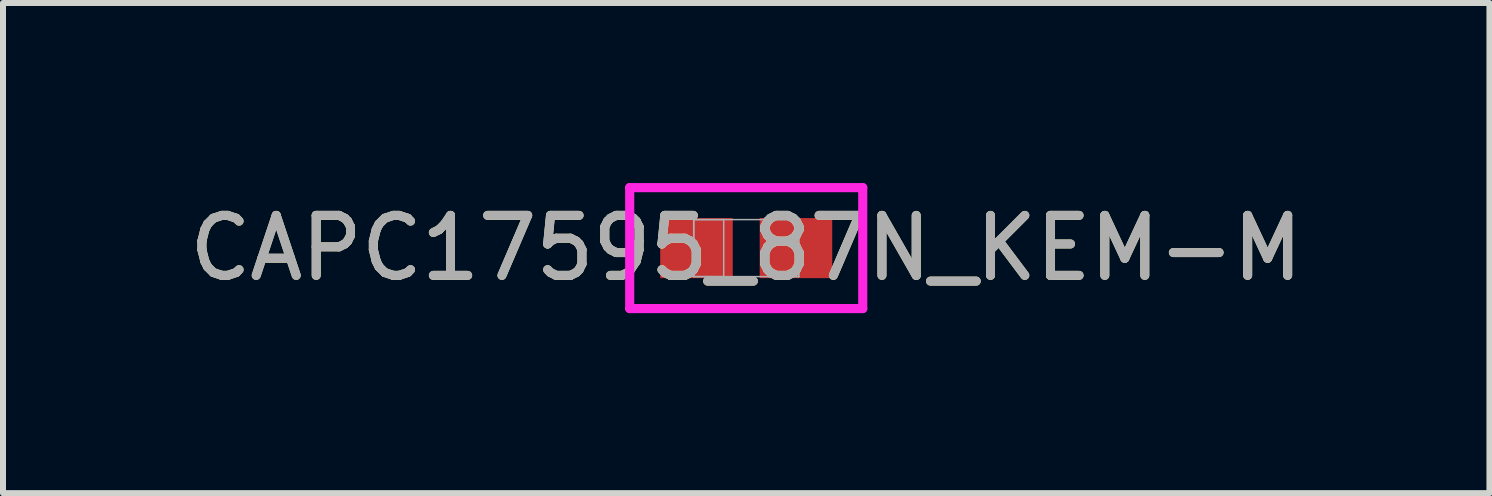
<source format=kicad_pcb>
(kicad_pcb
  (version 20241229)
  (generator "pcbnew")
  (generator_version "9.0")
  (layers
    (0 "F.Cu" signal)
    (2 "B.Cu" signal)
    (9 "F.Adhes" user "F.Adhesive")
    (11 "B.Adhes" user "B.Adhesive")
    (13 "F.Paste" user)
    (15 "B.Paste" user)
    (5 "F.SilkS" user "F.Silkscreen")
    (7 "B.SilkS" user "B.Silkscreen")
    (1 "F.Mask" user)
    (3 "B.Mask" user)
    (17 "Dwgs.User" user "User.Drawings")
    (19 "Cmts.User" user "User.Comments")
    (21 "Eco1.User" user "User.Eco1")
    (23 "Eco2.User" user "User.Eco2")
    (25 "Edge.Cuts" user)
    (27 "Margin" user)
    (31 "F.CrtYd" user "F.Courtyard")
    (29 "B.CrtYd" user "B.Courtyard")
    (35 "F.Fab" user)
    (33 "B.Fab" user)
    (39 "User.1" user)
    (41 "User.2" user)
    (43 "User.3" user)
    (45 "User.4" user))
  (footprint "CAPC17595_87N_KEM-M"
    (layer "F.Cu")
    (at 9.387 1.085)
    (property "Reference" "CAPC17595_87N_KEM-M" (at 0 0 0) (unlocked yes) (layer "F.SilkS") (effects (font (size 1 1) (thickness 0.15))))
    (attr smd)
    (fp_line (start -1.942 -1.008) (end 1.942 -1.008) (stroke (width 0.152) (type solid)) (layer "F.CrtYd"))
    (fp_line (start -1.942 1.008) (end -1.942 -1.008) (stroke (width 0.152) (type solid)) (layer "F.CrtYd"))
    (fp_line (start 1.942 -1.008) (end 1.942 1.008) (stroke (width 0.152) (type solid)) (layer "F.CrtYd"))
    (fp_line (start 1.942 1.008) (end -1.942 1.008) (stroke (width 0.152) (type solid)) (layer "F.CrtYd"))
    (fp_line (start -0.875 -0.475) (end -0.875 0.475) (stroke (width 0.025) (type solid)) (layer "F.Fab"))
    (fp_line (start -0.875 -0.475) (end -0.875 0.475) (stroke (width 0.025) (type solid)) (layer "F.Fab"))
    (fp_line (start -0.875 0.475) (end -0.375 0.475) (stroke (width 0.025) (type solid)) (layer "F.Fab"))
    (fp_line (start -0.875 0.475) (end 0.875 0.475) (stroke (width 0.025) (type solid)) (layer "F.Fab"))
    (fp_line (start -0.375 -0.475) (end -0.875 -0.475) (stroke (width 0.025) (type solid)) (layer "F.Fab"))
    (fp_line (start -0.375 0.475) (end -0.375 -0.475) (stroke (width 0.025) (type solid)) (layer "F.Fab"))
    (fp_line (start 0.375 -0.475) (end 0.375 0.475) (stroke (width 0.025) (type solid)) (layer "F.Fab"))
    (fp_line (start 0.375 0.475) (end 0.875 0.475) (stroke (width 0.025) (type solid)) (layer "F.Fab"))
    (fp_line (start 0.875 -0.475) (end -0.875 -0.475) (stroke (width 0.025) (type solid)) (layer "F.Fab"))
    (fp_line (start 0.875 -0.475) (end 0.375 -0.475) (stroke (width 0.025) (type solid)) (layer "F.Fab"))
    (fp_line (start 0.875 0.475) (end 0.875 -0.475) (stroke (width 0.025) (type solid)) (layer "F.Fab"))
    (fp_line (start 0.875 0.475) (end 0.875 -0.475) (stroke (width 0.025) (type solid)) (layer "F.Fab"))
    (fp_text user "${REFERENCE}" (at 0 0 0) (unlocked yes) (layer "F.Fab") (effects (font (size 1 1) (thickness 0.15))))
    (pad "1" smd rect (at -0.829 0) (size 1.209 1.001) (layers "F.Cu" "F.Mask" "F.Paste"))
    (pad "2" smd rect (at 0.829 0) (size 1.209 1.001) (layers "F.Cu" "F.Mask" "F.Paste"))
    (zone (net_name "") (layer "F.Cu") (hatch full 0.508) (connect_pads) (min_thickness 0.254) (filled_areas_thickness no) (keepout (tracks not_allowed) (vias not_allowed) (pads allowed) (copperpour not_allowed) (footprints allowed)) (placement (enabled no)) (fill) (polygon (pts (xy 9.213 0.66) (xy 9.561 0.66) (xy 9.561 1.509) (xy 9.213 1.509)))))
  (gr_rect
    (start -3 -3)
    (end 21.774 5.169)
    (stroke (width 0.1) (type default))
    (fill no)
    (layer "Edge.Cuts")))
</source>
